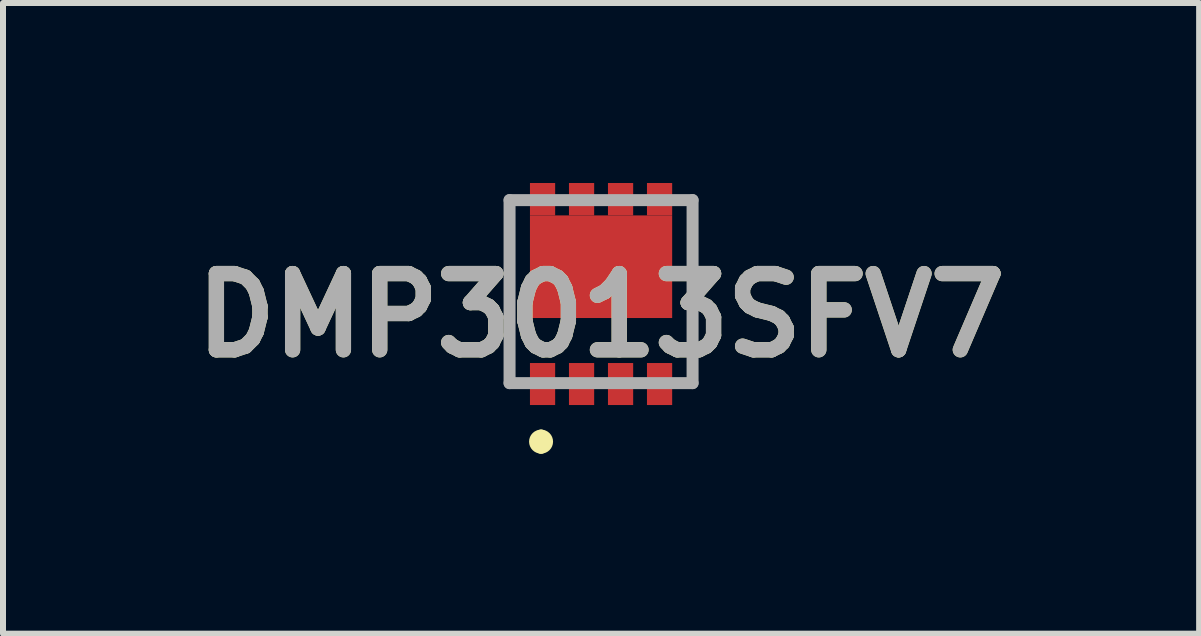
<source format=kicad_pcb>
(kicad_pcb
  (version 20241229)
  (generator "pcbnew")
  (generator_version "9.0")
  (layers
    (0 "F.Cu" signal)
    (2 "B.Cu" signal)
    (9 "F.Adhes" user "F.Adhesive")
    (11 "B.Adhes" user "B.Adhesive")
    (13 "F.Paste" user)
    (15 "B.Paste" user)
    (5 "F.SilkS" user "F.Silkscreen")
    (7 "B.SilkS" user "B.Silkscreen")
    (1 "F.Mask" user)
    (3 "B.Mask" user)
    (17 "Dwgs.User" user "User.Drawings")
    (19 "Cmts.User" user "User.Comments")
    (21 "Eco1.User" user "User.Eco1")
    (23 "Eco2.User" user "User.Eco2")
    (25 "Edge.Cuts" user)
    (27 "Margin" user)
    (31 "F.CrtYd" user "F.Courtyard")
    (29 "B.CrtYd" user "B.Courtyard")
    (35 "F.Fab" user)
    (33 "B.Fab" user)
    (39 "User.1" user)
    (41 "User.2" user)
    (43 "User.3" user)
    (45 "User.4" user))
  (footprint "DMP3013SFV7"
    (layer "F.Cu")
    (at 6.967 3.35)
    (property "Reference" "DMP3013SFV7" (at 0 -1.145 0) (layer "F.SilkS") (effects (font (size 1.27 1.27) (thickness 0.254))))
    (attr smd)
    (fp_line (start -1.525 -3.08) (end -1.525 -0.015) (stroke (width 0.1) (type solid)) (layer "F.SilkS"))
    (fp_line (start -1 0.86) (end -1 0.86) (stroke (width 0.2) (type solid)) (layer "F.SilkS"))
    (fp_line (start -1 1.06) (end -1 1.06) (stroke (width 0.2) (type solid)) (layer "F.SilkS"))
    (fp_line (start 1.525 -3.065) (end 1.525 -0.015) (stroke (width 0.1) (type solid)) (layer "F.SilkS"))
    (fp_arc (start -1 0.86) (mid -0.9 0.96) (end -1 1.06) (stroke (width 0.2) (type solid)) (layer "F.SilkS"))
    (fp_arc (start -1 1.06) (mid -1.1 0.96) (end -1 0.86) (stroke (width 0.2) (type solid)) (layer "F.SilkS"))
    (fp_line (start -1.525 -3.065) (end 1.525 -3.065) (stroke (width 0.2) (type solid)) (layer "F.Fab"))
    (fp_line (start -1.525 -0.015) (end -1.525 -3.065) (stroke (width 0.2) (type solid)) (layer "F.Fab"))
    (fp_line (start 1.525 -3.065) (end 1.525 -0.015) (stroke (width 0.2) (type solid)) (layer "F.Fab"))
    (fp_line (start 1.525 -0.015) (end -1.525 -0.015) (stroke (width 0.2) (type solid)) (layer "F.Fab"))
    (fp_text user "${REFERENCE}" (at 0 -1.145 0) (layer "F.Fab") (effects (font (size 1.27 1.27) (thickness 0.254))))
    (pad "1" smd rect (at -0.975 0) (size 0.42 0.7) (layers "F.Cu" "F.Mask" "F.Paste"))
    (pad "2" smd rect (at -0.325 0) (size 0.42 0.7) (layers "F.Cu" "F.Mask" "F.Paste"))
    (pad "3" smd rect (at 0.325 0) (size 0.42 0.7) (layers "F.Cu" "F.Mask" "F.Paste"))
    (pad "4" smd rect (at 0.975 0) (size 0.42 0.7) (layers "F.Cu" "F.Mask" "F.Paste"))
    (pad "5" smd rect (at 0.975 -3.08) (size 0.42 0.54) (layers "F.Cu" "F.Mask" "F.Paste"))
    (pad "6" smd rect (at 0.325 -3.08) (size 0.42 0.54) (layers "F.Cu" "F.Mask" "F.Paste"))
    (pad "7" smd rect (at -0.325 -3.08) (size 0.42 0.54) (layers "F.Cu" "F.Mask" "F.Paste"))
    (pad "8" smd rect (at -0.975 -3.08) (size 0.42 0.54) (layers "F.Cu" "F.Mask" "F.Paste"))
    (pad "9" smd rect (at 0 -1.955 90) (size 1.71 2.37) (layers "F.Cu" "F.Mask" "F.Paste")))
  (gr_rect
    (start -3 -3)
    (end 16.934 7.51)
    (stroke (width 0.1) (type default))
    (fill no)
    (layer "Edge.Cuts")))
</source>
